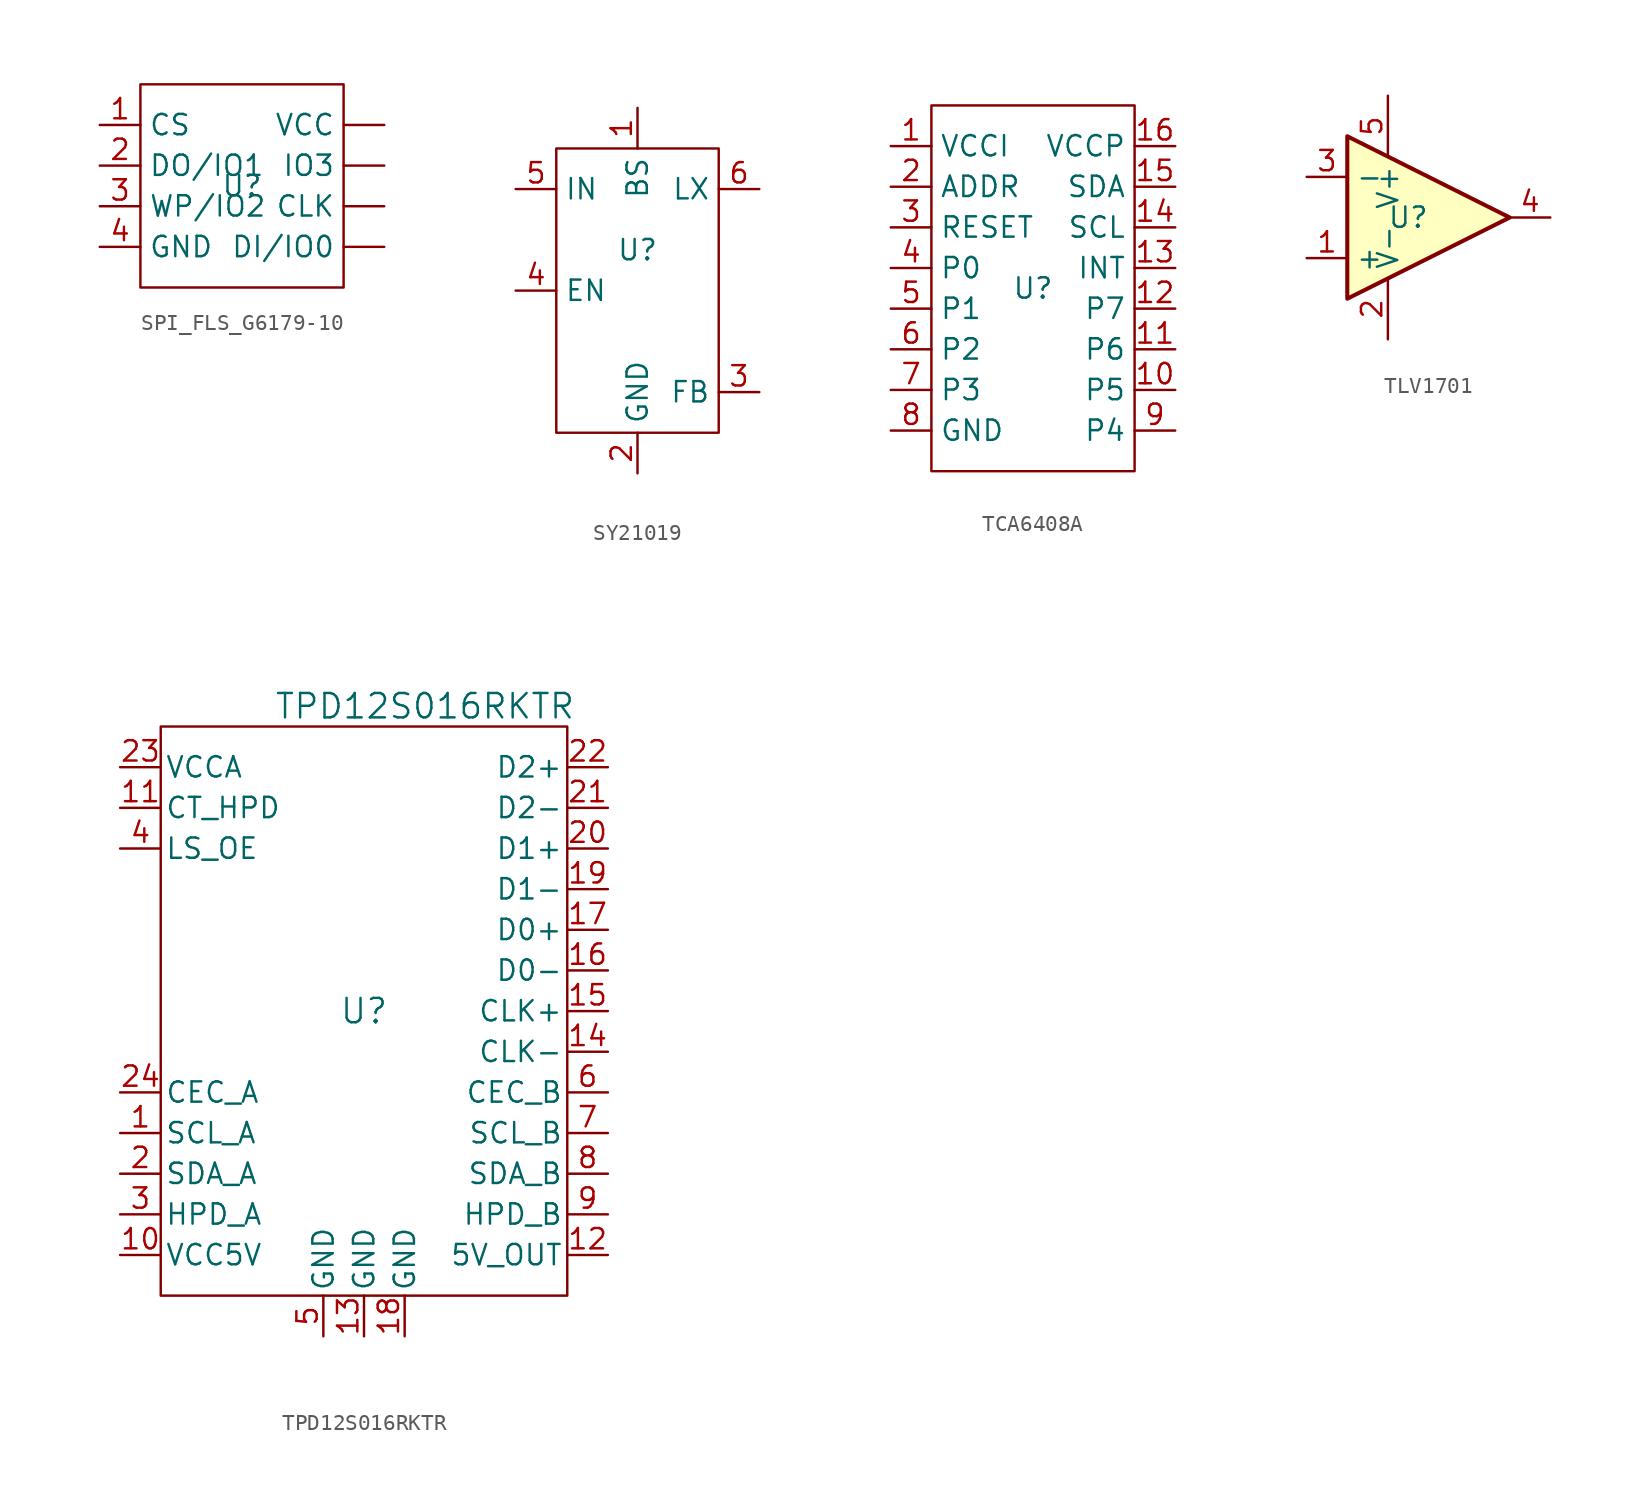
<source format=kicad_sym>
(kicad_symbol_lib
  (version 20231120)
  (generator "kicad_symbol_editor")
  (generator_version "8.0")
  (symbol "SPI_FLS_G6179-10"
    (property "Reference" "U"
      (at 0 0 0)
      (effects (font (size 1.27 1.27))))
    (property "Value" ""
      (at -2.54 0 0)
      (effects (font (size 1.27 1.27))))
    (symbol "SPI_FLS_G6179-10_0_1"
      (rectangle (start -6.35 6.35) (end 6.35 -6.35) (stroke (width 0) (type default)) (fill (type none))))
    (symbol "SPI_FLS_G6179-10_1_1"
      (pin input line (at 8.89 -1.27 180) (length 2.54) (name "CLK" (effects (font (size 1.27 1.27)))) (number "" (effects (font (size 1.27 1.27)))))
      (pin input line (at 8.89 -3.81 180) (length 2.54) (name "DI/IO0" (effects (font (size 1.27 1.27)))) (number "" (effects (font (size 1.27 1.27)))))
      (pin input line (at 8.89 1.27 180) (length 2.54) (name "IO3" (effects (font (size 1.27 1.27)))) (number "" (effects (font (size 1.27 1.27)))))
      (pin input line (at 8.89 3.81 180) (length 2.54) (name "VCC" (effects (font (size 1.27 1.27)))) (number "" (effects (font (size 1.27 1.27)))))
      (pin input line (at -8.89 3.81 0) (length 2.54) (name "CS" (effects (font (size 1.27 1.27)))) (number "1" (effects (font (size 1.27 1.27)))))
      (pin input line (at -8.89 1.27 0) (length 2.54) (name "DO/IO1" (effects (font (size 1.27 1.27)))) (number "2" (effects (font (size 1.27 1.27)))))
      (pin input line (at -8.89 -1.27 0) (length 2.54) (name "WP/IO2" (effects (font (size 1.27 1.27)))) (number "3" (effects (font (size 1.27 1.27)))))
      (pin input line (at -8.89 -3.81 0) (length 2.54) (name "GND" (effects (font (size 1.27 1.27)))) (number "4" (effects (font (size 1.27 1.27)))))))
  (symbol "SY21019"
    (property "Reference" "U"
      (at 0 2.54 0)
      (effects (font (size 1.27 1.27))))
    (property "Value" ""
      (at 0 0 0)
      (effects (font (size 1.27 1.27))))
    (symbol "SY21019_0_1"
      (rectangle (start -5.08 8.89) (end 5.08 -8.89) (stroke (width 0) (type default)) (fill (type none))))
    (symbol "SY21019_1_1"
      (pin input line (at 0 11.43 270) (length 2.54) (name "BS" (effects (font (size 1.27 1.27)))) (number "1" (effects (font (size 1.27 1.27)))))
      (pin input line (at 0 -11.43 90) (length 2.54) (name "GND" (effects (font (size 1.27 1.27)))) (number "2" (effects (font (size 1.27 1.27)))))
      (pin input line (at 7.62 -6.35 180) (length 2.54) (name "FB" (effects (font (size 1.27 1.27)))) (number "3" (effects (font (size 1.27 1.27)))))
      (pin input line (at -7.62 0 0) (length 2.54) (name "EN" (effects (font (size 1.27 1.27)))) (number "4" (effects (font (size 1.27 1.27)))))
      (pin input line (at -7.62 6.35 0) (length 2.54) (name "IN" (effects (font (size 1.27 1.27)))) (number "5" (effects (font (size 1.27 1.27)))))
      (pin input line (at 7.62 6.35 180) (length 2.54) (name "LX" (effects (font (size 1.27 1.27)))) (number "6" (effects (font (size 1.27 1.27)))))))
  (symbol "TCA6408A"
    (property "Reference" "U"
      (at 0 0 0)
      (effects (font (size 1.27 1.27))))
    (property "Value" ""
      (at 0 11.43 0)
      (effects (font (size 1.27 1.27))))
    (symbol "TCA6408A_0_1"
      (rectangle (start -6.35 11.43) (end 6.35 -11.43) (stroke (width 0) (type default)) (fill (type none))))
    (symbol "TCA6408A_1_1"
      (pin input line (at -8.89 8.89 0) (length 2.54) (name "VCCI" (effects (font (size 1.27 1.27)))) (number "1" (effects (font (size 1.27 1.27)))))
      (pin input line (at 8.89 -6.35 180) (length 2.54) (name "P5" (effects (font (size 1.27 1.27)))) (number "10" (effects (font (size 1.27 1.27)))))
      (pin input line (at 8.89 -3.81 180) (length 2.54) (name "P6" (effects (font (size 1.27 1.27)))) (number "11" (effects (font (size 1.27 1.27)))))
      (pin input line (at 8.89 -1.27 180) (length 2.54) (name "P7" (effects (font (size 1.27 1.27)))) (number "12" (effects (font (size 1.27 1.27)))))
      (pin input line (at 8.89 1.27 180) (length 2.54) (name "INT" (effects (font (size 1.27 1.27)))) (number "13" (effects (font (size 1.27 1.27)))))
      (pin input line (at 8.89 3.81 180) (length 2.54) (name "SCL" (effects (font (size 1.27 1.27)))) (number "14" (effects (font (size 1.27 1.27)))))
      (pin input line (at 8.89 6.35 180) (length 2.54) (name "SDA" (effects (font (size 1.27 1.27)))) (number "15" (effects (font (size 1.27 1.27)))))
      (pin input line (at 8.89 8.89 180) (length 2.54) (name "VCCP" (effects (font (size 1.27 1.27)))) (number "16" (effects (font (size 1.27 1.27)))))
      (pin input line (at -8.89 6.35 0) (length 2.54) (name "ADDR" (effects (font (size 1.27 1.27)))) (number "2" (effects (font (size 1.27 1.27)))))
      (pin input line (at -8.89 3.81 0) (length 2.54) (name "RESET" (effects (font (size 1.27 1.27)))) (number "3" (effects (font (size 1.27 1.27)))))
      (pin input line (at -8.89 1.27 0) (length 2.54) (name "P0" (effects (font (size 1.27 1.27)))) (number "4" (effects (font (size 1.27 1.27)))))
      (pin input line (at -8.89 -1.27 0) (length 2.54) (name "P1" (effects (font (size 1.27 1.27)))) (number "5" (effects (font (size 1.27 1.27)))))
      (pin input line (at -8.89 -3.81 0) (length 2.54) (name "P2" (effects (font (size 1.27 1.27)))) (number "6" (effects (font (size 1.27 1.27)))))
      (pin input line (at -8.89 -6.35 0) (length 2.54) (name "P3" (effects (font (size 1.27 1.27)))) (number "7" (effects (font (size 1.27 1.27)))))
      (pin input line (at -8.89 -8.89 0) (length 2.54) (name "GND" (effects (font (size 1.27 1.27)))) (number "8" (effects (font (size 1.27 1.27)))))
      (pin input line (at 8.89 -8.89 180) (length 2.54) (name "P4" (effects (font (size 1.27 1.27)))) (number "9" (effects (font (size 1.27 1.27)))))))
  (symbol "TLV1701"
    (property "Reference" "U"
      (at -1.27 0 0)
      (effects (font (size 1.27 1.27))))
    (property "Value" ""
      (at -1.27 0 0)
      (effects (font (size 1.27 1.27))))
    (symbol "TLV1701_0_1"
      (polyline (pts (xy -5.08 5.08) (xy 5.08 0) (xy -5.08 -5.08) (xy -5.08 5.08)) (stroke (width 0.254) (type default)) (fill (type background))))
    (symbol "TLV1701_1_1"
      (pin input line (at -7.62 -2.54 0) (length 2.54) (name "+" (effects (font (size 1.27 1.27)))) (number "1" (effects (font (size 1.27 1.27)))))
      (pin power_in line (at -2.54 -7.62 90) (length 3.81) (name "V-" (effects (font (size 1.27 1.27)))) (number "2" (effects (font (size 1.27 1.27)))))
      (pin input line (at -7.62 2.54 0) (length 2.54) (name "-" (effects (font (size 1.27 1.27)))) (number "3" (effects (font (size 1.27 1.27)))))
      (pin output line (at 7.62 0 180) (length 2.54) (name "~" (effects (font (size 1.27 1.27)))) (number "4" (effects (font (size 1.27 1.27)))))
      (pin power_in line (at -2.54 7.62 270) (length 3.81) (name "V+" (effects (font (size 1.27 1.27)))) (number "5" (effects (font (size 1.27 1.27)))))))
  (symbol "TPD12S016RKTR"
    (pin_names
      (offset 0.254))
    (property "Reference" "U"
      (at 0 0 0)
      (effects (font (size 1.524 1.524))))
    (property "Value" "TPD12S016RKTR"
      (at 3.81 19.05 0)
      (effects (font (size 1.524 1.524))))
    (property "ki_locked" ""
      (at 0 0 0)
      (effects (font (size 1.27 1.27))))
    (symbol "TPD12S016RKTR_0_1"
      (pin bidirectional line (at -15.24 -7.62 0) (length 2.54) (name "SCL_A" (effects (font (size 1.27 1.27)))) (number "1" (effects (font (size 1.27 1.27)))))
      (pin power_in line (at -15.24 -15.24 0) (length 2.54) (name "VCC5V" (effects (font (size 1.27 1.27)))) (number "10" (effects (font (size 1.27 1.27)))))
      (pin input line (at -15.24 12.7 0) (length 2.54) (name "CT_HPD" (effects (font (size 1.27 1.27)))) (number "11" (effects (font (size 1.27 1.27)))))
      (pin power_in line (at 15.24 -15.24 180) (length 2.54) (name "5V_OUT" (effects (font (size 1.27 1.27)))) (number "12" (effects (font (size 1.27 1.27)))))
      (pin power_in line (at 0 -20.32 90) (length 2.54) (name "GND" (effects (font (size 1.27 1.27)))) (number "13" (effects (font (size 1.27 1.27)))))
      (pin unspecified line (at 15.24 -2.54 180) (length 2.54) (name "CLK-" (effects (font (size 1.27 1.27)))) (number "14" (effects (font (size 1.27 1.27)))))
      (pin unspecified line (at 15.24 0 180) (length 2.54) (name "CLK+" (effects (font (size 1.27 1.27)))) (number "15" (effects (font (size 1.27 1.27)))))
      (pin unspecified line (at 15.24 2.54 180) (length 2.54) (name "D0-" (effects (font (size 1.27 1.27)))) (number "16" (effects (font (size 1.27 1.27)))))
      (pin unspecified line (at 15.24 5.08 180) (length 2.54) (name "D0+" (effects (font (size 1.27 1.27)))) (number "17" (effects (font (size 1.27 1.27)))))
      (pin power_in line (at 2.54 -20.32 90) (length 2.54) (name "GND" (effects (font (size 1.27 1.27)))) (number "18" (effects (font (size 1.27 1.27)))))
      (pin unspecified line (at 15.24 7.62 180) (length 2.54) (name "D1-" (effects (font (size 1.27 1.27)))) (number "19" (effects (font (size 1.27 1.27)))))
      (pin bidirectional line (at -15.24 -10.16 0) (length 2.54) (name "SDA_A" (effects (font (size 1.27 1.27)))) (number "2" (effects (font (size 1.27 1.27)))))
      (pin unspecified line (at 15.24 10.16 180) (length 2.54) (name "D1+" (effects (font (size 1.27 1.27)))) (number "20" (effects (font (size 1.27 1.27)))))
      (pin unspecified line (at 15.24 12.7 180) (length 2.54) (name "D2-" (effects (font (size 1.27 1.27)))) (number "21" (effects (font (size 1.27 1.27)))))
      (pin unspecified line (at 15.24 15.24 180) (length 2.54) (name "D2+" (effects (font (size 1.27 1.27)))) (number "22" (effects (font (size 1.27 1.27)))))
      (pin power_in line (at -15.24 15.24 0) (length 2.54) (name "VCCA" (effects (font (size 1.27 1.27)))) (number "23" (effects (font (size 1.27 1.27)))))
      (pin bidirectional line (at -15.24 -5.08 0) (length 2.54) (name "CEC_A" (effects (font (size 1.27 1.27)))) (number "24" (effects (font (size 1.27 1.27)))))
      (pin output line (at -15.24 -12.7 0) (length 2.54) (name "HPD_A" (effects (font (size 1.27 1.27)))) (number "3" (effects (font (size 1.27 1.27)))))
      (pin input line (at -15.24 10.16 0) (length 2.54) (name "LS_OE" (effects (font (size 1.27 1.27)))) (number "4" (effects (font (size 1.27 1.27)))))
      (pin power_in line (at -2.54 -20.32 90) (length 2.54) (name "GND" (effects (font (size 1.27 1.27)))) (number "5" (effects (font (size 1.27 1.27)))))
      (pin bidirectional line (at 15.24 -5.08 180) (length 2.54) (name "CEC_B" (effects (font (size 1.27 1.27)))) (number "6" (effects (font (size 1.27 1.27)))))
      (pin bidirectional line (at 15.24 -7.62 180) (length 2.54) (name "SCL_B" (effects (font (size 1.27 1.27)))) (number "7" (effects (font (size 1.27 1.27)))))
      (pin bidirectional line (at 15.24 -10.16 180) (length 2.54) (name "SDA_B" (effects (font (size 1.27 1.27)))) (number "8" (effects (font (size 1.27 1.27)))))
      (pin input line (at 15.24 -12.7 180) (length 2.54) (name "HPD_B" (effects (font (size 1.27 1.27)))) (number "9" (effects (font (size 1.27 1.27))))))
    (symbol "TPD12S016RKTR_1_1"
      (rectangle (start -12.7 17.78) (end 12.7 -17.78) (stroke (width 0) (type default)) (fill (type none))))))
</source>
